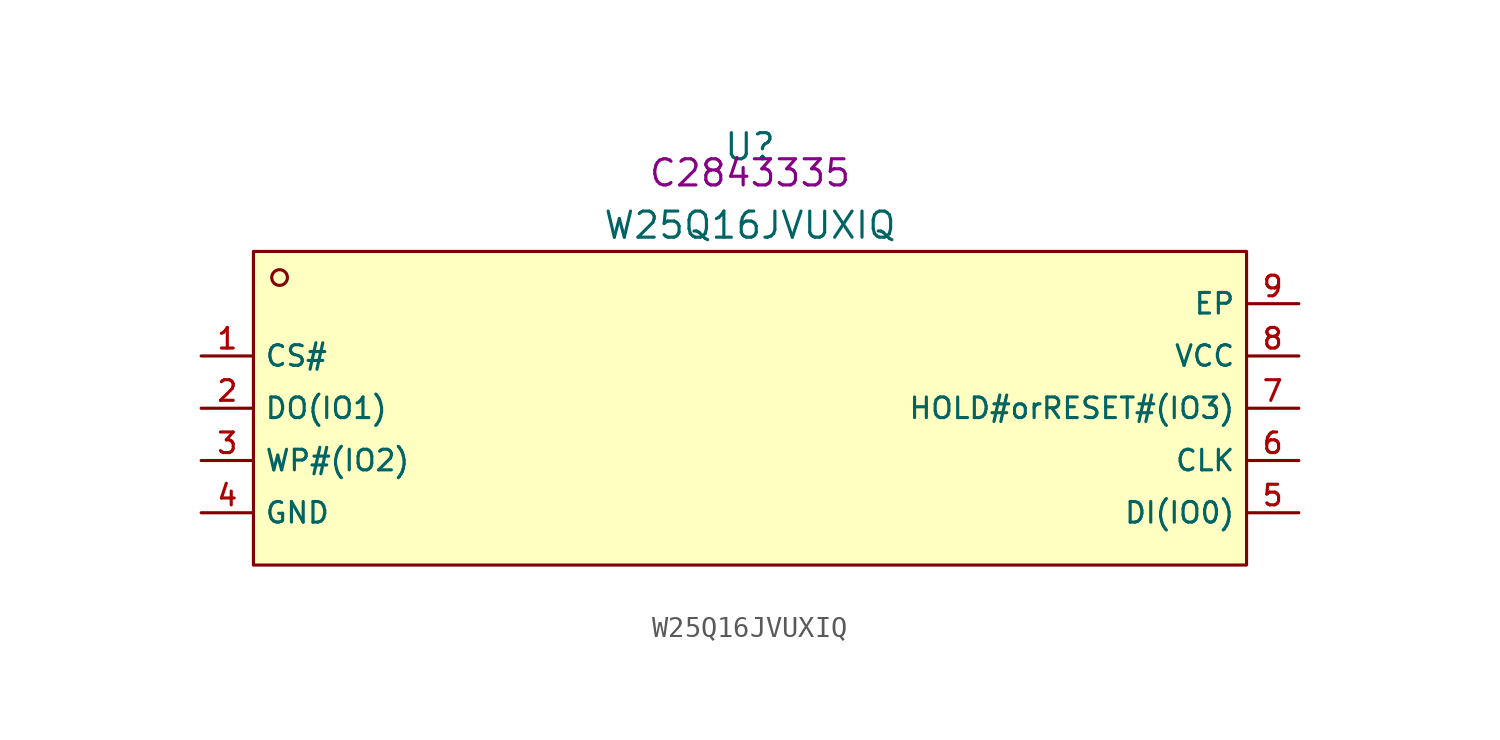
<source format=kicad_sym>
(kicad_symbol_lib
  (version 20231120)
  (generator "kicad_symbol_editor")
  (generator_version "8.0")
  (symbol "W25Q16JVUXIQ"
    (property "Reference" "U"
      (at 0 1.27 0)
      (effects (font (size 1.27 1.27))))
    (property "Value" "W25Q16JVUXIQ"
      (at 0 -2.54 0)
      (effects (font (size 1.27 1.27))))
    (property "LCSC Part #" "C2843335"
      (at 0 0 0)
      (effects (font (size 1.27 1.27))))
    (symbol "W25Q16JVUXIQ_0_0"
      (rectangle (start -24.13 -3.81) (end 24.13 -19.05) (stroke (width 0) (type default)) (fill (type background)))
      (circle (center -22.86 -5.08) (radius 0.381) (stroke (width 0) (type default)) (fill (type background)))
      (pin unspecified line (at -26.67 -8.89 0) (length 2.54) (name "CS#" (effects (font (size 1 1)))) (number "1" (effects (font (size 1 1)))))
      (pin unspecified line (at -26.67 -11.43 0) (length 2.54) (name "DO(IO1)" (effects (font (size 1 1)))) (number "2" (effects (font (size 1 1)))))
      (pin unspecified line (at -26.67 -13.97 0) (length 2.54) (name "WP#(IO2)" (effects (font (size 1 1)))) (number "3" (effects (font (size 1 1)))))
      (pin unspecified line (at -26.67 -16.51 0) (length 2.54) (name "GND" (effects (font (size 1 1)))) (number "4" (effects (font (size 1 1)))))
      (pin unspecified line (at 26.67 -16.51 180) (length 2.54) (name "DI(IO0)" (effects (font (size 1 1)))) (number "5" (effects (font (size 1 1)))))
      (pin unspecified line (at 26.67 -13.97 180) (length 2.54) (name "CLK" (effects (font (size 1 1)))) (number "6" (effects (font (size 1 1)))))
      (pin unspecified line (at 26.67 -11.43 180) (length 2.54) (name "HOLD#orRESET#(IO3)" (effects (font (size 1 1)))) (number "7" (effects (font (size 1 1)))))
      (pin unspecified line (at 26.67 -8.89 180) (length 2.54) (name "VCC" (effects (font (size 1 1)))) (number "8" (effects (font (size 1 1)))))
      (pin unspecified line (at 26.67 -6.35 180) (length 2.54) (name "EP" (effects (font (size 1 1)))) (number "9" (effects (font (size 1 1))))))))
</source>
